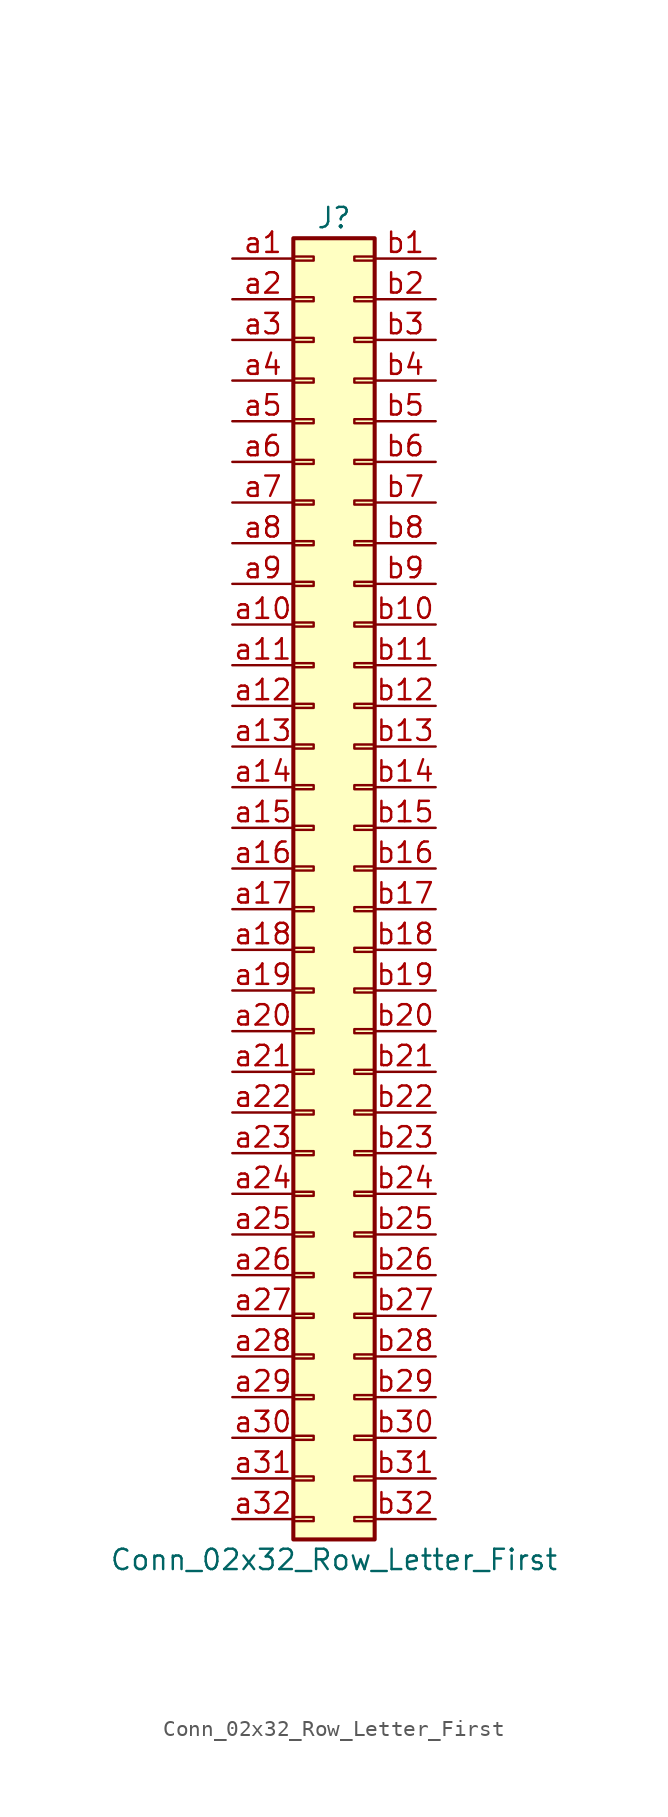
<source format=kicad_sym>
(kicad_symbol_lib
  (version 20201005)
  (generator kicad_symbol_editor)
  (symbol "Conn_02x32_Row_Letter_First"
    (pin_names
      (offset 1.016) hide)
    (property "Reference" "J"
      (at 1.27 40.64 0)
      (effects (font (size 1.27 1.27))))
    (property "Value" "Conn_02x32_Row_Letter_First"
      (at 1.27 -43.18 0)
      (effects (font (size 1.27 1.27))))
    (symbol "Conn_02x32_Row_Letter_First_1_1"
      (rectangle (start -1.27 -40.513) (end 0 -40.767) (stroke (width 0.152)) (fill (type none)))
      (rectangle (start -1.27 -37.973) (end 0 -38.227) (stroke (width 0.152)) (fill (type none)))
      (rectangle (start -1.27 -35.433) (end 0 -35.687) (stroke (width 0.152)) (fill (type none)))
      (rectangle (start -1.27 -32.893) (end 0 -33.147) (stroke (width 0.152)) (fill (type none)))
      (rectangle (start -1.27 -30.353) (end 0 -30.607) (stroke (width 0.152)) (fill (type none)))
      (rectangle (start -1.27 -27.813) (end 0 -28.067) (stroke (width 0.152)) (fill (type none)))
      (rectangle (start -1.27 -25.273) (end 0 -25.527) (stroke (width 0.152)) (fill (type none)))
      (rectangle (start -1.27 -22.733) (end 0 -22.987) (stroke (width 0.152)) (fill (type none)))
      (rectangle (start -1.27 -20.193) (end 0 -20.447) (stroke (width 0.152)) (fill (type none)))
      (rectangle (start -1.27 -17.653) (end 0 -17.907) (stroke (width 0.152)) (fill (type none)))
      (rectangle (start -1.27 -15.113) (end 0 -15.367) (stroke (width 0.152)) (fill (type none)))
      (rectangle (start -1.27 -12.573) (end 0 -12.827) (stroke (width 0.152)) (fill (type none)))
      (rectangle (start -1.27 -10.033) (end 0 -10.287) (stroke (width 0.152)) (fill (type none)))
      (rectangle (start -1.27 -7.493) (end 0 -7.747) (stroke (width 0.152)) (fill (type none)))
      (rectangle (start -1.27 -4.953) (end 0 -5.207) (stroke (width 0.152)) (fill (type none)))
      (rectangle (start -1.27 -2.413) (end 0 -2.667) (stroke (width 0.152)) (fill (type none)))
      (rectangle (start -1.27 0.127) (end 0 -0.127) (stroke (width 0.152)) (fill (type none)))
      (rectangle (start -1.27 2.667) (end 0 2.413) (stroke (width 0.152)) (fill (type none)))
      (rectangle (start -1.27 5.207) (end 0 4.953) (stroke (width 0.152)) (fill (type none)))
      (rectangle (start -1.27 7.747) (end 0 7.493) (stroke (width 0.152)) (fill (type none)))
      (rectangle (start -1.27 10.287) (end 0 10.033) (stroke (width 0.152)) (fill (type none)))
      (rectangle (start -1.27 12.827) (end 0 12.573) (stroke (width 0.152)) (fill (type none)))
      (rectangle (start -1.27 15.367) (end 0 15.113) (stroke (width 0.152)) (fill (type none)))
      (rectangle (start -1.27 17.907) (end 0 17.653) (stroke (width 0.152)) (fill (type none)))
      (rectangle (start -1.27 20.447) (end 0 20.193) (stroke (width 0.152)) (fill (type none)))
      (rectangle (start -1.27 22.987) (end 0 22.733) (stroke (width 0.152)) (fill (type none)))
      (rectangle (start -1.27 25.527) (end 0 25.273) (stroke (width 0.152)) (fill (type none)))
      (rectangle (start -1.27 28.067) (end 0 27.813) (stroke (width 0.152)) (fill (type none)))
      (rectangle (start -1.27 30.607) (end 0 30.353) (stroke (width 0.152)) (fill (type none)))
      (rectangle (start -1.27 33.147) (end 0 32.893) (stroke (width 0.152)) (fill (type none)))
      (rectangle (start -1.27 35.687) (end 0 35.433) (stroke (width 0.152)) (fill (type none)))
      (rectangle (start -1.27 38.227) (end 0 37.973) (stroke (width 0.152)) (fill (type none)))
      (rectangle (start 3.81 -40.513) (end 2.54 -40.767) (stroke (width 0.152)) (fill (type none)))
      (rectangle (start 3.81 -37.973) (end 2.54 -38.227) (stroke (width 0.152)) (fill (type none)))
      (rectangle (start 3.81 -35.433) (end 2.54 -35.687) (stroke (width 0.152)) (fill (type none)))
      (rectangle (start 3.81 -32.893) (end 2.54 -33.147) (stroke (width 0.152)) (fill (type none)))
      (rectangle (start 3.81 -30.353) (end 2.54 -30.607) (stroke (width 0.152)) (fill (type none)))
      (rectangle (start 3.81 -27.813) (end 2.54 -28.067) (stroke (width 0.152)) (fill (type none)))
      (rectangle (start 3.81 -25.273) (end 2.54 -25.527) (stroke (width 0.152)) (fill (type none)))
      (rectangle (start 3.81 -22.733) (end 2.54 -22.987) (stroke (width 0.152)) (fill (type none)))
      (rectangle (start 3.81 -20.193) (end 2.54 -20.447) (stroke (width 0.152)) (fill (type none)))
      (rectangle (start 3.81 -17.653) (end 2.54 -17.907) (stroke (width 0.152)) (fill (type none)))
      (rectangle (start 3.81 -15.113) (end 2.54 -15.367) (stroke (width 0.152)) (fill (type none)))
      (rectangle (start 3.81 -12.573) (end 2.54 -12.827) (stroke (width 0.152)) (fill (type none)))
      (rectangle (start 3.81 -10.033) (end 2.54 -10.287) (stroke (width 0.152)) (fill (type none)))
      (rectangle (start 3.81 -7.493) (end 2.54 -7.747) (stroke (width 0.152)) (fill (type none)))
      (rectangle (start 3.81 -4.953) (end 2.54 -5.207) (stroke (width 0.152)) (fill (type none)))
      (rectangle (start 3.81 -2.413) (end 2.54 -2.667) (stroke (width 0.152)) (fill (type none)))
      (rectangle (start 3.81 0.127) (end 2.54 -0.127) (stroke (width 0.152)) (fill (type none)))
      (rectangle (start 3.81 2.667) (end 2.54 2.413) (stroke (width 0.152)) (fill (type none)))
      (rectangle (start 3.81 5.207) (end 2.54 4.953) (stroke (width 0.152)) (fill (type none)))
      (rectangle (start 3.81 7.747) (end 2.54 7.493) (stroke (width 0.152)) (fill (type none)))
      (rectangle (start 3.81 10.287) (end 2.54 10.033) (stroke (width 0.152)) (fill (type none)))
      (rectangle (start 3.81 12.827) (end 2.54 12.573) (stroke (width 0.152)) (fill (type none)))
      (rectangle (start 3.81 15.367) (end 2.54 15.113) (stroke (width 0.152)) (fill (type none)))
      (rectangle (start 3.81 17.907) (end 2.54 17.653) (stroke (width 0.152)) (fill (type none)))
      (rectangle (start 3.81 20.447) (end 2.54 20.193) (stroke (width 0.152)) (fill (type none)))
      (rectangle (start 3.81 22.987) (end 2.54 22.733) (stroke (width 0.152)) (fill (type none)))
      (rectangle (start 3.81 25.527) (end 2.54 25.273) (stroke (width 0.152)) (fill (type none)))
      (rectangle (start 3.81 28.067) (end 2.54 27.813) (stroke (width 0.152)) (fill (type none)))
      (rectangle (start 3.81 30.607) (end 2.54 30.353) (stroke (width 0.152)) (fill (type none)))
      (rectangle (start 3.81 33.147) (end 2.54 32.893) (stroke (width 0.152)) (fill (type none)))
      (rectangle (start 3.81 35.687) (end 2.54 35.433) (stroke (width 0.152)) (fill (type none)))
      (rectangle (start 3.81 38.227) (end 2.54 37.973) (stroke (width 0.152)) (fill (type none)))
      (rectangle (start -1.27 39.37) (end 3.81 -41.91) (stroke (width 0.254)) (fill (type background)))
      (pin passive line (at -5.08 38.1 0) (length 3.81) (name "Pin_a1" (effects (font (size 1.27 1.27)))) (number "a1" (effects (font (size 1.27 1.27)))))
      (pin passive line (at -5.08 15.24 0) (length 3.81) (name "Pin_a10" (effects (font (size 1.27 1.27)))) (number "a10" (effects (font (size 1.27 1.27)))))
      (pin passive line (at -5.08 12.7 0) (length 3.81) (name "Pin_a11" (effects (font (size 1.27 1.27)))) (number "a11" (effects (font (size 1.27 1.27)))))
      (pin passive line (at -5.08 10.16 0) (length 3.81) (name "Pin_a12" (effects (font (size 1.27 1.27)))) (number "a12" (effects (font (size 1.27 1.27)))))
      (pin passive line (at -5.08 7.62 0) (length 3.81) (name "Pin_a13" (effects (font (size 1.27 1.27)))) (number "a13" (effects (font (size 1.27 1.27)))))
      (pin passive line (at -5.08 5.08 0) (length 3.81) (name "Pin_a14" (effects (font (size 1.27 1.27)))) (number "a14" (effects (font (size 1.27 1.27)))))
      (pin passive line (at -5.08 2.54 0) (length 3.81) (name "Pin_a15" (effects (font (size 1.27 1.27)))) (number "a15" (effects (font (size 1.27 1.27)))))
      (pin passive line (at -5.08 0 0) (length 3.81) (name "Pin_a16" (effects (font (size 1.27 1.27)))) (number "a16" (effects (font (size 1.27 1.27)))))
      (pin passive line (at -5.08 -2.54 0) (length 3.81) (name "Pin_a17" (effects (font (size 1.27 1.27)))) (number "a17" (effects (font (size 1.27 1.27)))))
      (pin passive line (at -5.08 -5.08 0) (length 3.81) (name "Pin_a18" (effects (font (size 1.27 1.27)))) (number "a18" (effects (font (size 1.27 1.27)))))
      (pin passive line (at -5.08 -7.62 0) (length 3.81) (name "Pin_a19" (effects (font (size 1.27 1.27)))) (number "a19" (effects (font (size 1.27 1.27)))))
      (pin passive line (at -5.08 35.56 0) (length 3.81) (name "Pin_a2" (effects (font (size 1.27 1.27)))) (number "a2" (effects (font (size 1.27 1.27)))))
      (pin passive line (at -5.08 -10.16 0) (length 3.81) (name "Pin_a20" (effects (font (size 1.27 1.27)))) (number "a20" (effects (font (size 1.27 1.27)))))
      (pin passive line (at -5.08 -12.7 0) (length 3.81) (name "Pin_a21" (effects (font (size 1.27 1.27)))) (number "a21" (effects (font (size 1.27 1.27)))))
      (pin passive line (at -5.08 -15.24 0) (length 3.81) (name "Pin_a22" (effects (font (size 1.27 1.27)))) (number "a22" (effects (font (size 1.27 1.27)))))
      (pin passive line (at -5.08 -17.78 0) (length 3.81) (name "Pin_a23" (effects (font (size 1.27 1.27)))) (number "a23" (effects (font (size 1.27 1.27)))))
      (pin passive line (at -5.08 -20.32 0) (length 3.81) (name "Pin_a24" (effects (font (size 1.27 1.27)))) (number "a24" (effects (font (size 1.27 1.27)))))
      (pin passive line (at -5.08 -22.86 0) (length 3.81) (name "Pin_a25" (effects (font (size 1.27 1.27)))) (number "a25" (effects (font (size 1.27 1.27)))))
      (pin passive line (at -5.08 -25.4 0) (length 3.81) (name "Pin_a26" (effects (font (size 1.27 1.27)))) (number "a26" (effects (font (size 1.27 1.27)))))
      (pin passive line (at -5.08 -27.94 0) (length 3.81) (name "Pin_a27" (effects (font (size 1.27 1.27)))) (number "a27" (effects (font (size 1.27 1.27)))))
      (pin passive line (at -5.08 -30.48 0) (length 3.81) (name "Pin_a28" (effects (font (size 1.27 1.27)))) (number "a28" (effects (font (size 1.27 1.27)))))
      (pin passive line (at -5.08 -33.02 0) (length 3.81) (name "Pin_a29" (effects (font (size 1.27 1.27)))) (number "a29" (effects (font (size 1.27 1.27)))))
      (pin passive line (at -5.08 33.02 0) (length 3.81) (name "Pin_a3" (effects (font (size 1.27 1.27)))) (number "a3" (effects (font (size 1.27 1.27)))))
      (pin passive line (at -5.08 -35.56 0) (length 3.81) (name "Pin_a30" (effects (font (size 1.27 1.27)))) (number "a30" (effects (font (size 1.27 1.27)))))
      (pin passive line (at -5.08 -38.1 0) (length 3.81) (name "Pin_a31" (effects (font (size 1.27 1.27)))) (number "a31" (effects (font (size 1.27 1.27)))))
      (pin passive line (at -5.08 -40.64 0) (length 3.81) (name "Pin_a32" (effects (font (size 1.27 1.27)))) (number "a32" (effects (font (size 1.27 1.27)))))
      (pin passive line (at -5.08 30.48 0) (length 3.81) (name "Pin_a4" (effects (font (size 1.27 1.27)))) (number "a4" (effects (font (size 1.27 1.27)))))
      (pin passive line (at -5.08 27.94 0) (length 3.81) (name "Pin_a5" (effects (font (size 1.27 1.27)))) (number "a5" (effects (font (size 1.27 1.27)))))
      (pin passive line (at -5.08 25.4 0) (length 3.81) (name "Pin_a6" (effects (font (size 1.27 1.27)))) (number "a6" (effects (font (size 1.27 1.27)))))
      (pin passive line (at -5.08 22.86 0) (length 3.81) (name "Pin_a7" (effects (font (size 1.27 1.27)))) (number "a7" (effects (font (size 1.27 1.27)))))
      (pin passive line (at -5.08 20.32 0) (length 3.81) (name "Pin_a8" (effects (font (size 1.27 1.27)))) (number "a8" (effects (font (size 1.27 1.27)))))
      (pin passive line (at -5.08 17.78 0) (length 3.81) (name "Pin_a9" (effects (font (size 1.27 1.27)))) (number "a9" (effects (font (size 1.27 1.27)))))
      (pin passive line (at 7.62 38.1 180) (length 3.81) (name "Pin_b1" (effects (font (size 1.27 1.27)))) (number "b1" (effects (font (size 1.27 1.27)))))
      (pin passive line (at 7.62 15.24 180) (length 3.81) (name "Pin_b10" (effects (font (size 1.27 1.27)))) (number "b10" (effects (font (size 1.27 1.27)))))
      (pin passive line (at 7.62 12.7 180) (length 3.81) (name "Pin_b11" (effects (font (size 1.27 1.27)))) (number "b11" (effects (font (size 1.27 1.27)))))
      (pin passive line (at 7.62 10.16 180) (length 3.81) (name "Pin_b12" (effects (font (size 1.27 1.27)))) (number "b12" (effects (font (size 1.27 1.27)))))
      (pin passive line (at 7.62 7.62 180) (length 3.81) (name "Pin_b13" (effects (font (size 1.27 1.27)))) (number "b13" (effects (font (size 1.27 1.27)))))
      (pin passive line (at 7.62 5.08 180) (length 3.81) (name "Pin_b14" (effects (font (size 1.27 1.27)))) (number "b14" (effects (font (size 1.27 1.27)))))
      (pin passive line (at 7.62 2.54 180) (length 3.81) (name "Pin_b15" (effects (font (size 1.27 1.27)))) (number "b15" (effects (font (size 1.27 1.27)))))
      (pin passive line (at 7.62 0 180) (length 3.81) (name "Pin_b16" (effects (font (size 1.27 1.27)))) (number "b16" (effects (font (size 1.27 1.27)))))
      (pin passive line (at 7.62 -2.54 180) (length 3.81) (name "Pin_b17" (effects (font (size 1.27 1.27)))) (number "b17" (effects (font (size 1.27 1.27)))))
      (pin passive line (at 7.62 -5.08 180) (length 3.81) (name "Pin_b18" (effects (font (size 1.27 1.27)))) (number "b18" (effects (font (size 1.27 1.27)))))
      (pin passive line (at 7.62 -7.62 180) (length 3.81) (name "Pin_b19" (effects (font (size 1.27 1.27)))) (number "b19" (effects (font (size 1.27 1.27)))))
      (pin passive line (at 7.62 35.56 180) (length 3.81) (name "Pin_b2" (effects (font (size 1.27 1.27)))) (number "b2" (effects (font (size 1.27 1.27)))))
      (pin passive line (at 7.62 -10.16 180) (length 3.81) (name "Pin_b20" (effects (font (size 1.27 1.27)))) (number "b20" (effects (font (size 1.27 1.27)))))
      (pin passive line (at 7.62 -12.7 180) (length 3.81) (name "Pin_b21" (effects (font (size 1.27 1.27)))) (number "b21" (effects (font (size 1.27 1.27)))))
      (pin passive line (at 7.62 -15.24 180) (length 3.81) (name "Pin_b22" (effects (font (size 1.27 1.27)))) (number "b22" (effects (font (size 1.27 1.27)))))
      (pin passive line (at 7.62 -17.78 180) (length 3.81) (name "Pin_b23" (effects (font (size 1.27 1.27)))) (number "b23" (effects (font (size 1.27 1.27)))))
      (pin passive line (at 7.62 -20.32 180) (length 3.81) (name "Pin_b24" (effects (font (size 1.27 1.27)))) (number "b24" (effects (font (size 1.27 1.27)))))
      (pin passive line (at 7.62 -22.86 180) (length 3.81) (name "Pin_b25" (effects (font (size 1.27 1.27)))) (number "b25" (effects (font (size 1.27 1.27)))))
      (pin passive line (at 7.62 -25.4 180) (length 3.81) (name "Pin_b26" (effects (font (size 1.27 1.27)))) (number "b26" (effects (font (size 1.27 1.27)))))
      (pin passive line (at 7.62 -27.94 180) (length 3.81) (name "Pin_b27" (effects (font (size 1.27 1.27)))) (number "b27" (effects (font (size 1.27 1.27)))))
      (pin passive line (at 7.62 -30.48 180) (length 3.81) (name "Pin_b28" (effects (font (size 1.27 1.27)))) (number "b28" (effects (font (size 1.27 1.27)))))
      (pin passive line (at 7.62 -33.02 180) (length 3.81) (name "Pin_b29" (effects (font (size 1.27 1.27)))) (number "b29" (effects (font (size 1.27 1.27)))))
      (pin passive line (at 7.62 33.02 180) (length 3.81) (name "Pin_b3" (effects (font (size 1.27 1.27)))) (number "b3" (effects (font (size 1.27 1.27)))))
      (pin passive line (at 7.62 -35.56 180) (length 3.81) (name "Pin_b30" (effects (font (size 1.27 1.27)))) (number "b30" (effects (font (size 1.27 1.27)))))
      (pin passive line (at 7.62 -38.1 180) (length 3.81) (name "Pin_b31" (effects (font (size 1.27 1.27)))) (number "b31" (effects (font (size 1.27 1.27)))))
      (pin passive line (at 7.62 -40.64 180) (length 3.81) (name "Pin_b32" (effects (font (size 1.27 1.27)))) (number "b32" (effects (font (size 1.27 1.27)))))
      (pin passive line (at 7.62 30.48 180) (length 3.81) (name "Pin_b4" (effects (font (size 1.27 1.27)))) (number "b4" (effects (font (size 1.27 1.27)))))
      (pin passive line (at 7.62 27.94 180) (length 3.81) (name "Pin_b5" (effects (font (size 1.27 1.27)))) (number "b5" (effects (font (size 1.27 1.27)))))
      (pin passive line (at 7.62 25.4 180) (length 3.81) (name "Pin_b6" (effects (font (size 1.27 1.27)))) (number "b6" (effects (font (size 1.27 1.27)))))
      (pin passive line (at 7.62 22.86 180) (length 3.81) (name "Pin_b7" (effects (font (size 1.27 1.27)))) (number "b7" (effects (font (size 1.27 1.27)))))
      (pin passive line (at 7.62 20.32 180) (length 3.81) (name "Pin_b8" (effects (font (size 1.27 1.27)))) (number "b8" (effects (font (size 1.27 1.27)))))
      (pin passive line (at 7.62 17.78 180) (length 3.81) (name "Pin_b9" (effects (font (size 1.27 1.27)))) (number "b9" (effects (font (size 1.27 1.27))))))))
</source>
